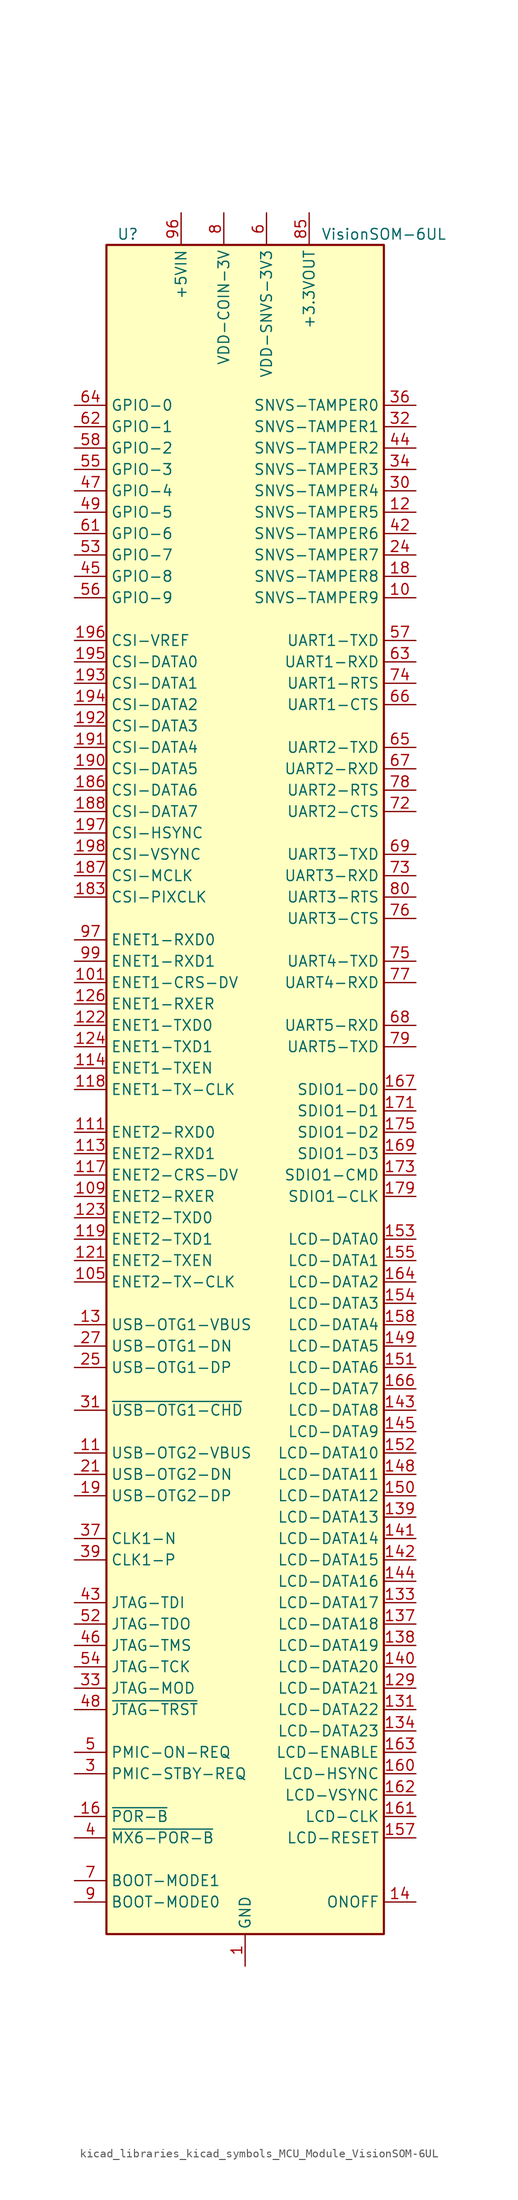
<source format=kicad_sym>
(kicad_symbol_lib
  (version 20220914)
  (generator kicad_symbol_editor)
  (symbol "kicad_libraries_kicad_symbols_MCU_Module_VisionSOM-6UL"
    (property "Reference" "U"
      (at -13.97 101.6 0)
      (effects (font (size 1.27 1.27))))
    (property "Value" "VisionSOM-6UL"
      (at 16.51 101.6 0)
      (effects (font (size 1.27 1.27))))
    (symbol "kicad_libraries_kicad_symbols_MCU_Module_VisionSOM-6UL_0_1"
      (rectangle (start -16.51 100.33) (end 16.51 -100.33) (stroke (width 0.254) (type default)) (fill (type background))))
    (symbol "kicad_libraries_kicad_symbols_MCU_Module_VisionSOM-6UL_1_1"
      (pin power_in line (at 0 -104.14 90) (length 3.81) (name "GND" (effects (font (size 1.27 1.27)))) (number "1" (effects (font (size 1.27 1.27)))))
      (pin bidirectional line (at 20.32 58.42 180) (length 3.81) (name "SNVS-TAMPER9" (effects (font (size 1.27 1.27)))) (number "10" (effects (font (size 1.27 1.27)))))
      (pin passive line (at -7.62 104.14 270) (length 3.81) hide (name "+5VIN" (effects (font (size 1.27 1.27)))) (number "100" (effects (font (size 1.27 1.27)))))
      (pin bidirectional line (at -20.32 12.7 0) (length 3.81) (name "ENET1-CRS-DV" (effects (font (size 1.27 1.27)))) (number "101" (effects (font (size 1.27 1.27)))))
      (pin passive line (at -7.62 104.14 270) (length 3.81) hide (name "+5VIN" (effects (font (size 1.27 1.27)))) (number "102" (effects (font (size 1.27 1.27)))))
      (pin passive line (at 0 -104.14 90) (length 3.81) hide (name "GND" (effects (font (size 1.27 1.27)))) (number "103" (effects (font (size 1.27 1.27)))))
      (pin passive line (at -7.62 104.14 270) (length 3.81) hide (name "+5VIN" (effects (font (size 1.27 1.27)))) (number "104" (effects (font (size 1.27 1.27)))))
      (pin bidirectional line (at -20.32 -22.86 0) (length 3.81) (name "ENET2-TX-CLK" (effects (font (size 1.27 1.27)))) (number "105" (effects (font (size 1.27 1.27)))))
      (pin passive line (at -7.62 104.14 270) (length 3.81) hide (name "+5VIN" (effects (font (size 1.27 1.27)))) (number "106" (effects (font (size 1.27 1.27)))))
      (pin passive line (at 0 -104.14 90) (length 3.81) hide (name "GND" (effects (font (size 1.27 1.27)))) (number "107" (effects (font (size 1.27 1.27)))))
      (pin passive line (at -7.62 104.14 270) (length 3.81) hide (name "+5VIN" (effects (font (size 1.27 1.27)))) (number "108" (effects (font (size 1.27 1.27)))))
      (pin bidirectional line (at -20.32 -12.7 0) (length 3.81) (name "ENET2-RXER" (effects (font (size 1.27 1.27)))) (number "109" (effects (font (size 1.27 1.27)))))
      (pin input line (at -20.32 -43.18 0) (length 3.81) (name "USB-OTG2-VBUS" (effects (font (size 1.27 1.27)))) (number "11" (effects (font (size 1.27 1.27)))))
      (pin passive line (at -7.62 104.14 270) (length 3.81) hide (name "+5VIN" (effects (font (size 1.27 1.27)))) (number "110" (effects (font (size 1.27 1.27)))))
      (pin bidirectional line (at -20.32 -5.08 0) (length 3.81) (name "ENET2-RXD0" (effects (font (size 1.27 1.27)))) (number "111" (effects (font (size 1.27 1.27)))))
      (pin passive line (at -7.62 104.14 270) (length 3.81) hide (name "+5VIN" (effects (font (size 1.27 1.27)))) (number "112" (effects (font (size 1.27 1.27)))))
      (pin bidirectional line (at -20.32 -7.62 0) (length 3.81) (name "ENET2-RXD1" (effects (font (size 1.27 1.27)))) (number "113" (effects (font (size 1.27 1.27)))))
      (pin bidirectional line (at -20.32 2.54 0) (length 3.81) (name "ENET1-TXEN" (effects (font (size 1.27 1.27)))) (number "114" (effects (font (size 1.27 1.27)))))
      (pin passive line (at 0 -104.14 90) (length 3.81) hide (name "GND" (effects (font (size 1.27 1.27)))) (number "115" (effects (font (size 1.27 1.27)))))
      (pin passive line (at 0 -104.14 90) (length 3.81) hide (name "GND" (effects (font (size 1.27 1.27)))) (number "116" (effects (font (size 1.27 1.27)))))
      (pin bidirectional line (at -20.32 -10.16 0) (length 3.81) (name "ENET2-CRS-DV" (effects (font (size 1.27 1.27)))) (number "117" (effects (font (size 1.27 1.27)))))
      (pin bidirectional line (at -20.32 0 0) (length 3.81) (name "ENET1-TX-CLK" (effects (font (size 1.27 1.27)))) (number "118" (effects (font (size 1.27 1.27)))))
      (pin bidirectional line (at -20.32 -17.78 0) (length 3.81) (name "ENET2-TXD1" (effects (font (size 1.27 1.27)))) (number "119" (effects (font (size 1.27 1.27)))))
      (pin bidirectional line (at 20.32 68.58 180) (length 3.81) (name "SNVS-TAMPER5" (effects (font (size 1.27 1.27)))) (number "12" (effects (font (size 1.27 1.27)))))
      (pin passive line (at 0 -104.14 90) (length 3.81) hide (name "GND" (effects (font (size 1.27 1.27)))) (number "120" (effects (font (size 1.27 1.27)))))
      (pin bidirectional line (at -20.32 -20.32 0) (length 3.81) (name "ENET2-TXEN" (effects (font (size 1.27 1.27)))) (number "121" (effects (font (size 1.27 1.27)))))
      (pin bidirectional line (at -20.32 7.62 0) (length 3.81) (name "ENET1-TXD0" (effects (font (size 1.27 1.27)))) (number "122" (effects (font (size 1.27 1.27)))))
      (pin bidirectional line (at -20.32 -15.24 0) (length 3.81) (name "ENET2-TXD0" (effects (font (size 1.27 1.27)))) (number "123" (effects (font (size 1.27 1.27)))))
      (pin bidirectional line (at -20.32 5.08 0) (length 3.81) (name "ENET1-TXD1" (effects (font (size 1.27 1.27)))) (number "124" (effects (font (size 1.27 1.27)))))
      (pin passive line (at 0 -104.14 90) (length 3.81) hide (name "GND" (effects (font (size 1.27 1.27)))) (number "125" (effects (font (size 1.27 1.27)))))
      (pin bidirectional line (at -20.32 10.16 0) (length 3.81) (name "ENET1-RXER" (effects (font (size 1.27 1.27)))) (number "126" (effects (font (size 1.27 1.27)))))
      (pin passive line (at 0 -104.14 90) (length 3.81) hide (name "GND" (effects (font (size 1.27 1.27)))) (number "127" (effects (font (size 1.27 1.27)))))
      (pin passive line (at 0 -104.14 90) (length 3.81) hide (name "GND" (effects (font (size 1.27 1.27)))) (number "128" (effects (font (size 1.27 1.27)))))
      (pin bidirectional line (at 20.32 -71.12 180) (length 3.81) (name "LCD-DATA21" (effects (font (size 1.27 1.27)))) (number "129" (effects (font (size 1.27 1.27)))))
      (pin input line (at -20.32 -27.94 0) (length 3.81) (name "USB-OTG1-VBUS" (effects (font (size 1.27 1.27)))) (number "13" (effects (font (size 1.27 1.27)))))
      (pin passive line (at 0 -104.14 90) (length 3.81) hide (name "GND" (effects (font (size 1.27 1.27)))) (number "130" (effects (font (size 1.27 1.27)))))
      (pin bidirectional line (at 20.32 -73.66 180) (length 3.81) (name "LCD-DATA22" (effects (font (size 1.27 1.27)))) (number "131" (effects (font (size 1.27 1.27)))))
      (pin passive line (at 0 -104.14 90) (length 3.81) hide (name "GND" (effects (font (size 1.27 1.27)))) (number "132" (effects (font (size 1.27 1.27)))))
      (pin bidirectional line (at 20.32 -60.96 180) (length 3.81) (name "LCD-DATA17" (effects (font (size 1.27 1.27)))) (number "133" (effects (font (size 1.27 1.27)))))
      (pin bidirectional line (at 20.32 -76.2 180) (length 3.81) (name "LCD-DATA23" (effects (font (size 1.27 1.27)))) (number "134" (effects (font (size 1.27 1.27)))))
      (pin passive line (at 0 -104.14 90) (length 3.81) hide (name "GND" (effects (font (size 1.27 1.27)))) (number "135" (effects (font (size 1.27 1.27)))))
      (pin passive line (at 0 -104.14 90) (length 3.81) hide (name "GND" (effects (font (size 1.27 1.27)))) (number "136" (effects (font (size 1.27 1.27)))))
      (pin bidirectional line (at 20.32 -63.5 180) (length 3.81) (name "LCD-DATA18" (effects (font (size 1.27 1.27)))) (number "137" (effects (font (size 1.27 1.27)))))
      (pin bidirectional line (at 20.32 -66.04 180) (length 3.81) (name "LCD-DATA19" (effects (font (size 1.27 1.27)))) (number "138" (effects (font (size 1.27 1.27)))))
      (pin bidirectional line (at 20.32 -50.8 180) (length 3.81) (name "LCD-DATA13" (effects (font (size 1.27 1.27)))) (number "139" (effects (font (size 1.27 1.27)))))
      (pin input line (at 20.32 -96.52 180) (length 3.81) (name "ONOFF" (effects (font (size 1.27 1.27)))) (number "14" (effects (font (size 1.27 1.27)))))
      (pin bidirectional line (at 20.32 -68.58 180) (length 3.81) (name "LCD-DATA20" (effects (font (size 1.27 1.27)))) (number "140" (effects (font (size 1.27 1.27)))))
      (pin bidirectional line (at 20.32 -53.34 180) (length 3.81) (name "LCD-DATA14" (effects (font (size 1.27 1.27)))) (number "141" (effects (font (size 1.27 1.27)))))
      (pin bidirectional line (at 20.32 -55.88 180) (length 3.81) (name "LCD-DATA15" (effects (font (size 1.27 1.27)))) (number "142" (effects (font (size 1.27 1.27)))))
      (pin bidirectional line (at 20.32 -38.1 180) (length 3.81) (name "LCD-DATA8" (effects (font (size 1.27 1.27)))) (number "143" (effects (font (size 1.27 1.27)))))
      (pin bidirectional line (at 20.32 -58.42 180) (length 3.81) (name "LCD-DATA16" (effects (font (size 1.27 1.27)))) (number "144" (effects (font (size 1.27 1.27)))))
      (pin bidirectional line (at 20.32 -40.64 180) (length 3.81) (name "LCD-DATA9" (effects (font (size 1.27 1.27)))) (number "145" (effects (font (size 1.27 1.27)))))
      (pin passive line (at 0 -104.14 90) (length 3.81) hide (name "GND" (effects (font (size 1.27 1.27)))) (number "146" (effects (font (size 1.27 1.27)))))
      (pin passive line (at 0 -104.14 90) (length 3.81) hide (name "GND" (effects (font (size 1.27 1.27)))) (number "147" (effects (font (size 1.27 1.27)))))
      (pin bidirectional line (at 20.32 -45.72 180) (length 3.81) (name "LCD-DATA11" (effects (font (size 1.27 1.27)))) (number "148" (effects (font (size 1.27 1.27)))))
      (pin bidirectional line (at 20.32 -30.48 180) (length 3.81) (name "LCD-DATA5" (effects (font (size 1.27 1.27)))) (number "149" (effects (font (size 1.27 1.27)))))
      (pin passive line (at 0 -104.14 90) (length 3.81) hide (name "GND" (effects (font (size 1.27 1.27)))) (number "15" (effects (font (size 1.27 1.27)))))
      (pin bidirectional line (at 20.32 -48.26 180) (length 3.81) (name "LCD-DATA12" (effects (font (size 1.27 1.27)))) (number "150" (effects (font (size 1.27 1.27)))))
      (pin bidirectional line (at 20.32 -33.02 180) (length 3.81) (name "LCD-DATA6" (effects (font (size 1.27 1.27)))) (number "151" (effects (font (size 1.27 1.27)))))
      (pin bidirectional line (at 20.32 -43.18 180) (length 3.81) (name "LCD-DATA10" (effects (font (size 1.27 1.27)))) (number "152" (effects (font (size 1.27 1.27)))))
      (pin bidirectional line (at 20.32 -17.78 180) (length 3.81) (name "LCD-DATA0" (effects (font (size 1.27 1.27)))) (number "153" (effects (font (size 1.27 1.27)))))
      (pin bidirectional line (at 20.32 -25.4 180) (length 3.81) (name "LCD-DATA3" (effects (font (size 1.27 1.27)))) (number "154" (effects (font (size 1.27 1.27)))))
      (pin bidirectional line (at 20.32 -20.32 180) (length 3.81) (name "LCD-DATA1" (effects (font (size 1.27 1.27)))) (number "155" (effects (font (size 1.27 1.27)))))
      (pin passive line (at 0 -104.14 90) (length 3.81) hide (name "GND" (effects (font (size 1.27 1.27)))) (number "156" (effects (font (size 1.27 1.27)))))
      (pin bidirectional line (at 20.32 -88.9 180) (length 3.81) (name "LCD-RESET" (effects (font (size 1.27 1.27)))) (number "157" (effects (font (size 1.27 1.27)))))
      (pin bidirectional line (at 20.32 -27.94 180) (length 3.81) (name "LCD-DATA4" (effects (font (size 1.27 1.27)))) (number "158" (effects (font (size 1.27 1.27)))))
      (pin passive line (at 0 -104.14 90) (length 3.81) hide (name "GND" (effects (font (size 1.27 1.27)))) (number "159" (effects (font (size 1.27 1.27)))))
      (pin input line (at -20.32 -86.36 0) (length 3.81) (name "~{POR-B}" (effects (font (size 1.27 1.27)))) (number "16" (effects (font (size 1.27 1.27)))))
      (pin bidirectional line (at 20.32 -81.28 180) (length 3.81) (name "LCD-HSYNC" (effects (font (size 1.27 1.27)))) (number "160" (effects (font (size 1.27 1.27)))))
      (pin bidirectional line (at 20.32 -86.36 180) (length 3.81) (name "LCD-CLK" (effects (font (size 1.27 1.27)))) (number "161" (effects (font (size 1.27 1.27)))))
      (pin bidirectional line (at 20.32 -83.82 180) (length 3.81) (name "LCD-VSYNC" (effects (font (size 1.27 1.27)))) (number "162" (effects (font (size 1.27 1.27)))))
      (pin bidirectional line (at 20.32 -78.74 180) (length 3.81) (name "LCD-ENABLE" (effects (font (size 1.27 1.27)))) (number "163" (effects (font (size 1.27 1.27)))))
      (pin bidirectional line (at 20.32 -22.86 180) (length 3.81) (name "LCD-DATA2" (effects (font (size 1.27 1.27)))) (number "164" (effects (font (size 1.27 1.27)))))
      (pin passive line (at 0 -104.14 90) (length 3.81) hide (name "GND" (effects (font (size 1.27 1.27)))) (number "165" (effects (font (size 1.27 1.27)))))
      (pin bidirectional line (at 20.32 -35.56 180) (length 3.81) (name "LCD-DATA7" (effects (font (size 1.27 1.27)))) (number "166" (effects (font (size 1.27 1.27)))))
      (pin bidirectional line (at 20.32 0 180) (length 3.81) (name "SDIO1-D0" (effects (font (size 1.27 1.27)))) (number "167" (effects (font (size 1.27 1.27)))))
      (pin passive line (at 0 -104.14 90) (length 3.81) hide (name "GND" (effects (font (size 1.27 1.27)))) (number "168" (effects (font (size 1.27 1.27)))))
      (pin bidirectional line (at 20.32 -7.62 180) (length 3.81) (name "SDIO1-D3" (effects (font (size 1.27 1.27)))) (number "169" (effects (font (size 1.27 1.27)))))
      (pin passive line (at 0 -104.14 90) (length 3.81) hide (name "GND" (effects (font (size 1.27 1.27)))) (number "17" (effects (font (size 1.27 1.27)))))
      (pin passive line (at 0 -104.14 90) (length 3.81) hide (name "GND" (effects (font (size 1.27 1.27)))) (number "170" (effects (font (size 1.27 1.27)))))
      (pin bidirectional line (at 20.32 -2.54 180) (length 3.81) (name "SDIO1-D1" (effects (font (size 1.27 1.27)))) (number "171" (effects (font (size 1.27 1.27)))))
      (pin passive line (at 0 -104.14 90) (length 3.81) hide (name "GND" (effects (font (size 1.27 1.27)))) (number "172" (effects (font (size 1.27 1.27)))))
      (pin bidirectional line (at 20.32 -10.16 180) (length 3.81) (name "SDIO1-CMD" (effects (font (size 1.27 1.27)))) (number "173" (effects (font (size 1.27 1.27)))))
      (pin passive line (at 0 -104.14 90) (length 3.81) hide (name "GND" (effects (font (size 1.27 1.27)))) (number "174" (effects (font (size 1.27 1.27)))))
      (pin bidirectional line (at 20.32 -5.08 180) (length 3.81) (name "SDIO1-D2" (effects (font (size 1.27 1.27)))) (number "175" (effects (font (size 1.27 1.27)))))
      (pin passive line (at 0 -104.14 90) (length 3.81) hide (name "GND" (effects (font (size 1.27 1.27)))) (number "176" (effects (font (size 1.27 1.27)))))
      (pin passive line (at 0 -104.14 90) (length 3.81) hide (name "GND" (effects (font (size 1.27 1.27)))) (number "177" (effects (font (size 1.27 1.27)))))
      (pin passive line (at 0 -104.14 90) (length 3.81) hide (name "GND" (effects (font (size 1.27 1.27)))) (number "178" (effects (font (size 1.27 1.27)))))
      (pin bidirectional line (at 20.32 -12.7 180) (length 3.81) (name "SDIO1-CLK" (effects (font (size 1.27 1.27)))) (number "179" (effects (font (size 1.27 1.27)))))
      (pin bidirectional line (at 20.32 60.96 180) (length 3.81) (name "SNVS-TAMPER8" (effects (font (size 1.27 1.27)))) (number "18" (effects (font (size 1.27 1.27)))))
      (pin passive line (at 0 -104.14 90) (length 3.81) hide (name "GND" (effects (font (size 1.27 1.27)))) (number "180" (effects (font (size 1.27 1.27)))))
      (pin passive line (at 0 -104.14 90) (length 3.81) hide (name "GND" (effects (font (size 1.27 1.27)))) (number "181" (effects (font (size 1.27 1.27)))))
      (pin passive line (at 0 -104.14 90) (length 3.81) hide (name "GND" (effects (font (size 1.27 1.27)))) (number "182" (effects (font (size 1.27 1.27)))))
      (pin bidirectional line (at -20.32 22.86 0) (length 3.81) (name "CSI-PIXCLK" (effects (font (size 1.27 1.27)))) (number "183" (effects (font (size 1.27 1.27)))))
      (pin passive line (at 0 -104.14 90) (length 3.81) hide (name "GND" (effects (font (size 1.27 1.27)))) (number "184" (effects (font (size 1.27 1.27)))))
      (pin passive line (at 0 -104.14 90) (length 3.81) hide (name "GND" (effects (font (size 1.27 1.27)))) (number "185" (effects (font (size 1.27 1.27)))))
      (pin bidirectional line (at -20.32 35.56 0) (length 3.81) (name "CSI-DATA6" (effects (font (size 1.27 1.27)))) (number "186" (effects (font (size 1.27 1.27)))))
      (pin bidirectional line (at -20.32 25.4 0) (length 3.81) (name "CSI-MCLK" (effects (font (size 1.27 1.27)))) (number "187" (effects (font (size 1.27 1.27)))))
      (pin bidirectional line (at -20.32 33.02 0) (length 3.81) (name "CSI-DATA7" (effects (font (size 1.27 1.27)))) (number "188" (effects (font (size 1.27 1.27)))))
      (pin passive line (at 0 -104.14 90) (length 3.81) hide (name "GND" (effects (font (size 1.27 1.27)))) (number "189" (effects (font (size 1.27 1.27)))))
      (pin bidirectional line (at -20.32 -48.26 0) (length 3.81) (name "USB-OTG2-DP" (effects (font (size 1.27 1.27)))) (number "19" (effects (font (size 1.27 1.27)))))
      (pin bidirectional line (at -20.32 38.1 0) (length 3.81) (name "CSI-DATA5" (effects (font (size 1.27 1.27)))) (number "190" (effects (font (size 1.27 1.27)))))
      (pin bidirectional line (at -20.32 40.64 0) (length 3.81) (name "CSI-DATA4" (effects (font (size 1.27 1.27)))) (number "191" (effects (font (size 1.27 1.27)))))
      (pin bidirectional line (at -20.32 43.18 0) (length 3.81) (name "CSI-DATA3" (effects (font (size 1.27 1.27)))) (number "192" (effects (font (size 1.27 1.27)))))
      (pin bidirectional line (at -20.32 48.26 0) (length 3.81) (name "CSI-DATA1" (effects (font (size 1.27 1.27)))) (number "193" (effects (font (size 1.27 1.27)))))
      (pin bidirectional line (at -20.32 45.72 0) (length 3.81) (name "CSI-DATA2" (effects (font (size 1.27 1.27)))) (number "194" (effects (font (size 1.27 1.27)))))
      (pin bidirectional line (at -20.32 50.8 0) (length 3.81) (name "CSI-DATA0" (effects (font (size 1.27 1.27)))) (number "195" (effects (font (size 1.27 1.27)))))
      (pin passive line (at -20.32 53.34 0) (length 3.81) (name "CSI-VREF" (effects (font (size 1.27 1.27)))) (number "196" (effects (font (size 1.27 1.27)))))
      (pin bidirectional line (at -20.32 30.48 0) (length 3.81) (name "CSI-HSYNC" (effects (font (size 1.27 1.27)))) (number "197" (effects (font (size 1.27 1.27)))))
      (pin bidirectional line (at -20.32 27.94 0) (length 3.81) (name "CSI-VSYNC" (effects (font (size 1.27 1.27)))) (number "198" (effects (font (size 1.27 1.27)))))
      (pin passive line (at 0 -104.14 90) (length 3.81) hide (name "GND" (effects (font (size 1.27 1.27)))) (number "199" (effects (font (size 1.27 1.27)))))
      (pin passive line (at 0 -104.14 90) (length 3.81) hide (name "GND" (effects (font (size 1.27 1.27)))) (number "2" (effects (font (size 1.27 1.27)))))
      (pin passive line (at 0 -104.14 90) (length 3.81) hide (name "GND" (effects (font (size 1.27 1.27)))) (number "20" (effects (font (size 1.27 1.27)))))
      (pin passive line (at 0 -104.14 90) (length 3.81) hide (name "GND" (effects (font (size 1.27 1.27)))) (number "200" (effects (font (size 1.27 1.27)))))
      (pin bidirectional line (at -20.32 -45.72 0) (length 3.81) (name "USB-OTG2-DN" (effects (font (size 1.27 1.27)))) (number "21" (effects (font (size 1.27 1.27)))))
      (pin passive line (at 0 -104.14 90) (length 3.81) hide (name "GND" (effects (font (size 1.27 1.27)))) (number "22" (effects (font (size 1.27 1.27)))))
      (pin passive line (at 0 -104.14 90) (length 3.81) hide (name "GND" (effects (font (size 1.27 1.27)))) (number "23" (effects (font (size 1.27 1.27)))))
      (pin bidirectional line (at 20.32 63.5 180) (length 3.81) (name "SNVS-TAMPER7" (effects (font (size 1.27 1.27)))) (number "24" (effects (font (size 1.27 1.27)))))
      (pin bidirectional line (at -20.32 -33.02 0) (length 3.81) (name "USB-OTG1-DP" (effects (font (size 1.27 1.27)))) (number "25" (effects (font (size 1.27 1.27)))))
      (pin passive line (at 0 -104.14 90) (length 3.81) hide (name "GND" (effects (font (size 1.27 1.27)))) (number "26" (effects (font (size 1.27 1.27)))))
      (pin bidirectional line (at -20.32 -30.48 0) (length 3.81) (name "USB-OTG1-DN" (effects (font (size 1.27 1.27)))) (number "27" (effects (font (size 1.27 1.27)))))
      (pin passive line (at 0 -104.14 90) (length 3.81) hide (name "GND" (effects (font (size 1.27 1.27)))) (number "28" (effects (font (size 1.27 1.27)))))
      (pin passive line (at 0 -104.14 90) (length 3.81) hide (name "GND" (effects (font (size 1.27 1.27)))) (number "29" (effects (font (size 1.27 1.27)))))
      (pin output line (at -20.32 -81.28 0) (length 3.81) (name "PMIC-STBY-REQ" (effects (font (size 1.27 1.27)))) (number "3" (effects (font (size 1.27 1.27)))))
      (pin bidirectional line (at 20.32 71.12 180) (length 3.81) (name "SNVS-TAMPER4" (effects (font (size 1.27 1.27)))) (number "30" (effects (font (size 1.27 1.27)))))
      (pin open_collector line (at -20.32 -38.1 0) (length 3.81) (name "~{USB-OTG1-CHD}" (effects (font (size 1.27 1.27)))) (number "31" (effects (font (size 1.27 1.27)))))
      (pin bidirectional line (at 20.32 78.74 180) (length 3.81) (name "SNVS-TAMPER1" (effects (font (size 1.27 1.27)))) (number "32" (effects (font (size 1.27 1.27)))))
      (pin bidirectional line (at -20.32 -71.12 0) (length 3.81) (name "JTAG-MOD" (effects (font (size 1.27 1.27)))) (number "33" (effects (font (size 1.27 1.27)))))
      (pin bidirectional line (at 20.32 73.66 180) (length 3.81) (name "SNVS-TAMPER3" (effects (font (size 1.27 1.27)))) (number "34" (effects (font (size 1.27 1.27)))))
      (pin passive line (at 0 -104.14 90) (length 3.81) hide (name "GND" (effects (font (size 1.27 1.27)))) (number "35" (effects (font (size 1.27 1.27)))))
      (pin bidirectional line (at 20.32 81.28 180) (length 3.81) (name "SNVS-TAMPER0" (effects (font (size 1.27 1.27)))) (number "36" (effects (font (size 1.27 1.27)))))
      (pin bidirectional line (at -20.32 -53.34 0) (length 3.81) (name "CLK1-N" (effects (font (size 1.27 1.27)))) (number "37" (effects (font (size 1.27 1.27)))))
      (pin passive line (at 0 -104.14 90) (length 3.81) hide (name "GND" (effects (font (size 1.27 1.27)))) (number "38" (effects (font (size 1.27 1.27)))))
      (pin bidirectional line (at -20.32 -55.88 0) (length 3.81) (name "CLK1-P" (effects (font (size 1.27 1.27)))) (number "39" (effects (font (size 1.27 1.27)))))
      (pin input line (at -20.32 -88.9 0) (length 3.81) (name "~{MX6-POR-B}" (effects (font (size 1.27 1.27)))) (number "4" (effects (font (size 1.27 1.27)))))
      (pin passive line (at 0 -104.14 90) (length 3.81) hide (name "GND" (effects (font (size 1.27 1.27)))) (number "40" (effects (font (size 1.27 1.27)))))
      (pin passive line (at 0 -104.14 90) (length 3.81) hide (name "GND" (effects (font (size 1.27 1.27)))) (number "41" (effects (font (size 1.27 1.27)))))
      (pin bidirectional line (at 20.32 66.04 180) (length 3.81) (name "SNVS-TAMPER6" (effects (font (size 1.27 1.27)))) (number "42" (effects (font (size 1.27 1.27)))))
      (pin bidirectional line (at -20.32 -60.96 0) (length 3.81) (name "JTAG-TDI" (effects (font (size 1.27 1.27)))) (number "43" (effects (font (size 1.27 1.27)))))
      (pin bidirectional line (at 20.32 76.2 180) (length 3.81) (name "SNVS-TAMPER2" (effects (font (size 1.27 1.27)))) (number "44" (effects (font (size 1.27 1.27)))))
      (pin bidirectional line (at -20.32 60.96 0) (length 3.81) (name "GPIO-8" (effects (font (size 1.27 1.27)))) (number "45" (effects (font (size 1.27 1.27)))))
      (pin bidirectional line (at -20.32 -66.04 0) (length 3.81) (name "JTAG-TMS" (effects (font (size 1.27 1.27)))) (number "46" (effects (font (size 1.27 1.27)))))
      (pin bidirectional line (at -20.32 71.12 0) (length 3.81) (name "GPIO-4" (effects (font (size 1.27 1.27)))) (number "47" (effects (font (size 1.27 1.27)))))
      (pin bidirectional line (at -20.32 -73.66 0) (length 3.81) (name "~{JTAG-TRST}" (effects (font (size 1.27 1.27)))) (number "48" (effects (font (size 1.27 1.27)))))
      (pin bidirectional line (at -20.32 68.58 0) (length 3.81) (name "GPIO-5" (effects (font (size 1.27 1.27)))) (number "49" (effects (font (size 1.27 1.27)))))
      (pin output line (at -20.32 -78.74 0) (length 3.81) (name "PMIC-ON-REQ" (effects (font (size 1.27 1.27)))) (number "5" (effects (font (size 1.27 1.27)))))
      (pin passive line (at 0 -104.14 90) (length 3.81) hide (name "GND" (effects (font (size 1.27 1.27)))) (number "50" (effects (font (size 1.27 1.27)))))
      (pin passive line (at 0 -104.14 90) (length 3.81) hide (name "GND" (effects (font (size 1.27 1.27)))) (number "51" (effects (font (size 1.27 1.27)))))
      (pin bidirectional line (at -20.32 -63.5 0) (length 3.81) (name "JTAG-TDO" (effects (font (size 1.27 1.27)))) (number "52" (effects (font (size 1.27 1.27)))))
      (pin bidirectional line (at -20.32 63.5 0) (length 3.81) (name "GPIO-7" (effects (font (size 1.27 1.27)))) (number "53" (effects (font (size 1.27 1.27)))))
      (pin bidirectional line (at -20.32 -68.58 0) (length 3.81) (name "JTAG-TCK" (effects (font (size 1.27 1.27)))) (number "54" (effects (font (size 1.27 1.27)))))
      (pin bidirectional line (at -20.32 73.66 0) (length 3.81) (name "GPIO-3" (effects (font (size 1.27 1.27)))) (number "55" (effects (font (size 1.27 1.27)))))
      (pin bidirectional line (at -20.32 58.42 0) (length 3.81) (name "GPIO-9" (effects (font (size 1.27 1.27)))) (number "56" (effects (font (size 1.27 1.27)))))
      (pin bidirectional line (at 20.32 53.34 180) (length 3.81) (name "UART1-TXD" (effects (font (size 1.27 1.27)))) (number "57" (effects (font (size 1.27 1.27)))))
      (pin bidirectional line (at -20.32 76.2 0) (length 3.81) (name "GPIO-2" (effects (font (size 1.27 1.27)))) (number "58" (effects (font (size 1.27 1.27)))))
      (pin passive line (at 0 -104.14 90) (length 3.81) hide (name "GND" (effects (font (size 1.27 1.27)))) (number "59" (effects (font (size 1.27 1.27)))))
      (pin power_in line (at 2.54 104.14 270) (length 3.81) (name "VDD-SNVS-3V3" (effects (font (size 1.27 1.27)))) (number "6" (effects (font (size 1.27 1.27)))))
      (pin passive line (at 0 -104.14 90) (length 3.81) hide (name "GND" (effects (font (size 1.27 1.27)))) (number "60" (effects (font (size 1.27 1.27)))))
      (pin bidirectional line (at -20.32 66.04 0) (length 3.81) (name "GPIO-6" (effects (font (size 1.27 1.27)))) (number "61" (effects (font (size 1.27 1.27)))))
      (pin bidirectional line (at -20.32 78.74 0) (length 3.81) (name "GPIO-1" (effects (font (size 1.27 1.27)))) (number "62" (effects (font (size 1.27 1.27)))))
      (pin bidirectional line (at 20.32 50.8 180) (length 3.81) (name "UART1-RXD" (effects (font (size 1.27 1.27)))) (number "63" (effects (font (size 1.27 1.27)))))
      (pin bidirectional line (at -20.32 81.28 0) (length 3.81) (name "GPIO-0" (effects (font (size 1.27 1.27)))) (number "64" (effects (font (size 1.27 1.27)))))
      (pin bidirectional line (at 20.32 40.64 180) (length 3.81) (name "UART2-TXD" (effects (font (size 1.27 1.27)))) (number "65" (effects (font (size 1.27 1.27)))))
      (pin bidirectional line (at 20.32 45.72 180) (length 3.81) (name "UART1-CTS" (effects (font (size 1.27 1.27)))) (number "66" (effects (font (size 1.27 1.27)))))
      (pin bidirectional line (at 20.32 38.1 180) (length 3.81) (name "UART2-RXD" (effects (font (size 1.27 1.27)))) (number "67" (effects (font (size 1.27 1.27)))))
      (pin bidirectional line (at 20.32 7.62 180) (length 3.81) (name "UART5-RXD" (effects (font (size 1.27 1.27)))) (number "68" (effects (font (size 1.27 1.27)))))
      (pin bidirectional line (at 20.32 27.94 180) (length 3.81) (name "UART3-TXD" (effects (font (size 1.27 1.27)))) (number "69" (effects (font (size 1.27 1.27)))))
      (pin input line (at -20.32 -93.98 0) (length 3.81) (name "BOOT-MODE1" (effects (font (size 1.27 1.27)))) (number "7" (effects (font (size 1.27 1.27)))))
      (pin passive line (at 0 -104.14 90) (length 3.81) hide (name "GND" (effects (font (size 1.27 1.27)))) (number "70" (effects (font (size 1.27 1.27)))))
      (pin passive line (at 0 -104.14 90) (length 3.81) hide (name "GND" (effects (font (size 1.27 1.27)))) (number "71" (effects (font (size 1.27 1.27)))))
      (pin bidirectional line (at 20.32 33.02 180) (length 3.81) (name "UART2-CTS" (effects (font (size 1.27 1.27)))) (number "72" (effects (font (size 1.27 1.27)))))
      (pin bidirectional line (at 20.32 25.4 180) (length 3.81) (name "UART3-RXD" (effects (font (size 1.27 1.27)))) (number "73" (effects (font (size 1.27 1.27)))))
      (pin bidirectional line (at 20.32 48.26 180) (length 3.81) (name "UART1-RTS" (effects (font (size 1.27 1.27)))) (number "74" (effects (font (size 1.27 1.27)))))
      (pin bidirectional line (at 20.32 15.24 180) (length 3.81) (name "UART4-TXD" (effects (font (size 1.27 1.27)))) (number "75" (effects (font (size 1.27 1.27)))))
      (pin bidirectional line (at 20.32 20.32 180) (length 3.81) (name "UART3-CTS" (effects (font (size 1.27 1.27)))) (number "76" (effects (font (size 1.27 1.27)))))
      (pin bidirectional line (at 20.32 12.7 180) (length 3.81) (name "UART4-RXD" (effects (font (size 1.27 1.27)))) (number "77" (effects (font (size 1.27 1.27)))))
      (pin bidirectional line (at 20.32 35.56 180) (length 3.81) (name "UART2-RTS" (effects (font (size 1.27 1.27)))) (number "78" (effects (font (size 1.27 1.27)))))
      (pin bidirectional line (at 20.32 5.08 180) (length 3.81) (name "UART5-TXD" (effects (font (size 1.27 1.27)))) (number "79" (effects (font (size 1.27 1.27)))))
      (pin power_in line (at -2.54 104.14 270) (length 3.81) (name "VDD-COIN-3V" (effects (font (size 1.27 1.27)))) (number "8" (effects (font (size 1.27 1.27)))))
      (pin bidirectional line (at 20.32 22.86 180) (length 3.81) (name "UART3-RTS" (effects (font (size 1.27 1.27)))) (number "80" (effects (font (size 1.27 1.27)))))
      (pin passive line (at 0 -104.14 90) (length 3.81) hide (name "GND" (effects (font (size 1.27 1.27)))) (number "81" (effects (font (size 1.27 1.27)))))
      (pin passive line (at 0 -104.14 90) (length 3.81) hide (name "GND" (effects (font (size 1.27 1.27)))) (number "82" (effects (font (size 1.27 1.27)))))
      (pin no_connect line (at 15.24 -93.98 180) (length 3.81) hide (name "NC" (effects (font (size 1.27 1.27)))) (number "83" (effects (font (size 1.27 1.27)))))
      (pin passive line (at 0 -104.14 90) (length 3.81) hide (name "GND" (effects (font (size 1.27 1.27)))) (number "84" (effects (font (size 1.27 1.27)))))
      (pin power_out line (at 7.62 104.14 270) (length 3.81) (name "+3.3VOUT" (effects (font (size 1.27 1.27)))) (number "85" (effects (font (size 1.27 1.27)))))
      (pin no_connect line (at -15.24 -76.2 0) (length 2.54) hide (name "NC" (effects (font (size 1.27 1.27)))) (number "86" (effects (font (size 1.27 1.27)))))
      (pin passive line (at 7.62 104.14 270) (length 3.81) hide (name "+3.3VOUT" (effects (font (size 1.27 1.27)))) (number "87" (effects (font (size 1.27 1.27)))))
      (pin passive line (at 7.62 104.14 270) (length 3.81) hide (name "+3.3VOUT" (effects (font (size 1.27 1.27)))) (number "88" (effects (font (size 1.27 1.27)))))
      (pin passive line (at 7.62 104.14 270) (length 3.81) hide (name "+3.3VOUT" (effects (font (size 1.27 1.27)))) (number "89" (effects (font (size 1.27 1.27)))))
      (pin input line (at -20.32 -96.52 0) (length 3.81) (name "BOOT-MODE0" (effects (font (size 1.27 1.27)))) (number "9" (effects (font (size 1.27 1.27)))))
      (pin passive line (at 7.62 104.14 270) (length 3.81) hide (name "+3.3VOUT" (effects (font (size 1.27 1.27)))) (number "90" (effects (font (size 1.27 1.27)))))
      (pin passive line (at 7.62 104.14 270) (length 3.81) hide (name "+3.3VOUT" (effects (font (size 1.27 1.27)))) (number "91" (effects (font (size 1.27 1.27)))))
      (pin passive line (at 7.62 104.14 270) (length 3.81) hide (name "+3.3VOUT" (effects (font (size 1.27 1.27)))) (number "92" (effects (font (size 1.27 1.27)))))
      (pin passive line (at 7.62 104.14 270) (length 3.81) hide (name "+3.3VOUT" (effects (font (size 1.27 1.27)))) (number "93" (effects (font (size 1.27 1.27)))))
      (pin no_connect line (at -15.24 -83.82 0) (length 2.54) hide (name "NC" (effects (font (size 1.27 1.27)))) (number "94" (effects (font (size 1.27 1.27)))))
      (pin no_connect line (at -15.24 -91.44 0) (length 2.54) hide (name "NC" (effects (font (size 1.27 1.27)))) (number "95" (effects (font (size 1.27 1.27)))))
      (pin power_in line (at -7.62 104.14 270) (length 3.81) (name "+5VIN" (effects (font (size 1.27 1.27)))) (number "96" (effects (font (size 1.27 1.27)))))
      (pin bidirectional line (at -20.32 17.78 0) (length 3.81) (name "ENET1-RXD0" (effects (font (size 1.27 1.27)))) (number "97" (effects (font (size 1.27 1.27)))))
      (pin passive line (at -7.62 104.14 270) (length 3.81) hide (name "+5VIN" (effects (font (size 1.27 1.27)))) (number "98" (effects (font (size 1.27 1.27)))))
      (pin bidirectional line (at -20.32 15.24 0) (length 3.81) (name "ENET1-RXD1" (effects (font (size 1.27 1.27)))) (number "99" (effects (font (size 1.27 1.27))))))))
</source>
